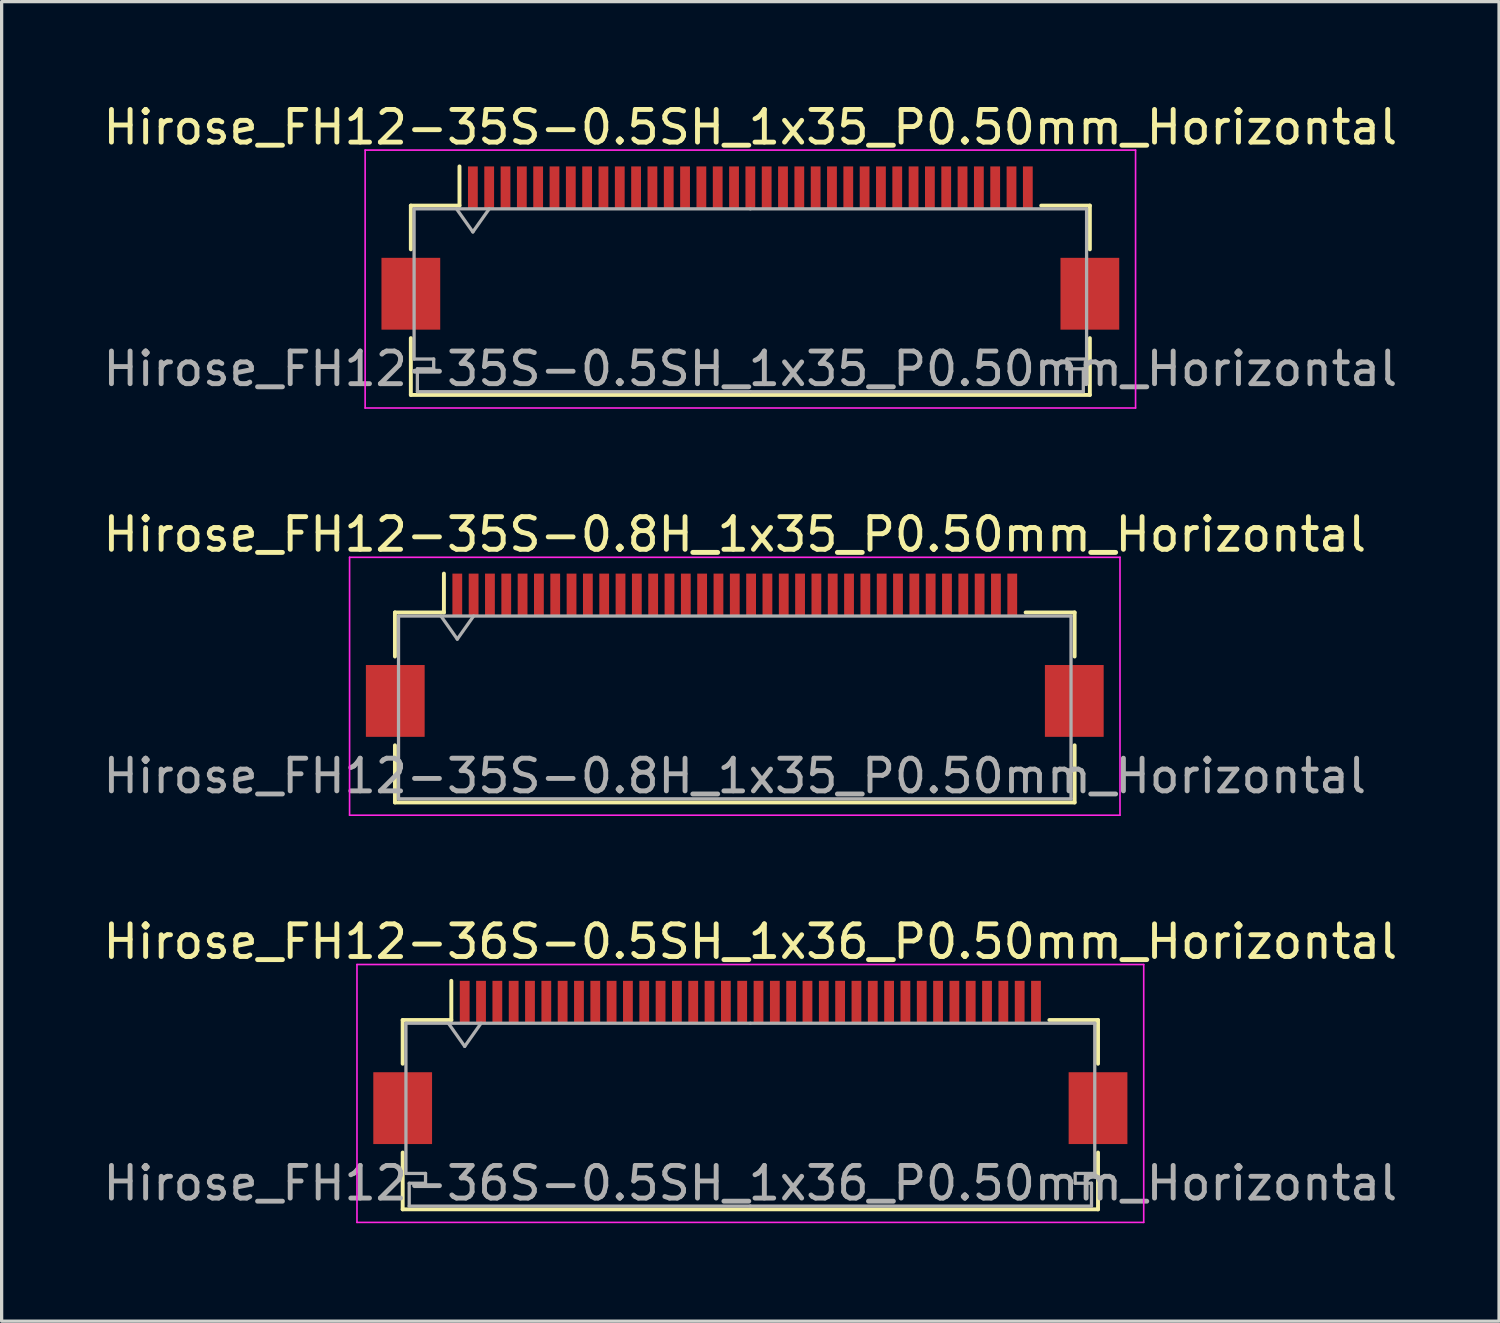
<source format=kicad_pcb>
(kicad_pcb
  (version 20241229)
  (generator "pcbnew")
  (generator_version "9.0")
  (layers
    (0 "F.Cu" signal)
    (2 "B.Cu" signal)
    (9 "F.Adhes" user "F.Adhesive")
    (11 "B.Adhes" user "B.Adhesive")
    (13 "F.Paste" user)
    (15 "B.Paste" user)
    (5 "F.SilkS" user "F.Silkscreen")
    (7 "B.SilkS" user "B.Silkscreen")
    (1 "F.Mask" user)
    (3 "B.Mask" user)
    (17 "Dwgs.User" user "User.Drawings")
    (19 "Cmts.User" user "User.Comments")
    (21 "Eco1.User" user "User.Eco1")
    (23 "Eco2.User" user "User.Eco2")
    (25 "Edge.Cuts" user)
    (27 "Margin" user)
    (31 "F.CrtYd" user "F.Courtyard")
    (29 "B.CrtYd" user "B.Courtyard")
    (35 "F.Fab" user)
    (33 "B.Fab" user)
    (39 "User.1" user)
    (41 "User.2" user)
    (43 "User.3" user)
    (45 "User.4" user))
  (footprint "Hirose_FH12-35S-0.5SH_1x35_P0.50mm_Horizontal"
    (layer "F.Cu")
    (at 19.935 4.548)
    (property "Reference" "Hirose_FH12-35S-0.5SH_1x35_P0.50mm_Horizontal" (at 0 -3.7 0) (layer "F.SilkS") (effects (font (size 1 1) (thickness 0.15))))
    (attr smd)
    (fp_line (start -10.4 -1.3) (end -10.4 0.04) (stroke (width 0.12) (type solid)) (layer "F.SilkS"))
    (fp_line (start -10.4 2.76) (end -10.4 4.5) (stroke (width 0.12) (type solid)) (layer "F.SilkS"))
    (fp_line (start -10.4 4.5) (end 10.4 4.5) (stroke (width 0.12) (type solid)) (layer "F.SilkS"))
    (fp_line (start -8.91 -1.3) (end -10.4 -1.3) (stroke (width 0.12) (type solid)) (layer "F.SilkS"))
    (fp_line (start -8.91 -1.3) (end -8.91 -2.5) (stroke (width 0.12) (type solid)) (layer "F.SilkS"))
    (fp_line (start 8.91 -1.3) (end 10.4 -1.3) (stroke (width 0.12) (type solid)) (layer "F.SilkS"))
    (fp_line (start 10.4 -1.3) (end 10.4 0.04) (stroke (width 0.12) (type solid)) (layer "F.SilkS"))
    (fp_line (start 10.4 4.5) (end 10.4 2.76) (stroke (width 0.12) (type solid)) (layer "F.SilkS"))
    (fp_line (start -11.8 -3) (end -11.8 4.9) (stroke (width 0.05) (type solid)) (layer "F.CrtYd"))
    (fp_line (start -11.8 4.9) (end 11.8 4.9) (stroke (width 0.05) (type solid)) (layer "F.CrtYd"))
    (fp_line (start 11.8 -3) (end -11.8 -3) (stroke (width 0.05) (type solid)) (layer "F.CrtYd"))
    (fp_line (start 11.8 4.9) (end 11.8 -3) (stroke (width 0.05) (type solid)) (layer "F.CrtYd"))
    (fp_line (start -10.3 -1.2) (end -10.3 3.4) (stroke (width 0.1) (type solid)) (layer "F.Fab"))
    (fp_line (start -10.3 3.4) (end -9.7 3.4) (stroke (width 0.1) (type solid)) (layer "F.Fab"))
    (fp_line (start -10.2 3.7) (end -10.2 4.4) (stroke (width 0.1) (type solid)) (layer "F.Fab"))
    (fp_line (start -10.2 4.4) (end 0 4.4) (stroke (width 0.1) (type solid)) (layer "F.Fab"))
    (fp_line (start -9.7 3.4) (end -9.7 3.7) (stroke (width 0.1) (type solid)) (layer "F.Fab"))
    (fp_line (start -9.7 3.7) (end -10.2 3.7) (stroke (width 0.1) (type solid)) (layer "F.Fab"))
    (fp_line (start -9 -1.2) (end -8.5 -0.493) (stroke (width 0.1) (type solid)) (layer "F.Fab"))
    (fp_line (start -8.5 -0.493) (end -8 -1.2) (stroke (width 0.1) (type solid)) (layer "F.Fab"))
    (fp_line (start 0 -1.2) (end -10.3 -1.2) (stroke (width 0.1) (type solid)) (layer "F.Fab"))
    (fp_line (start 0 -1.2) (end 10.3 -1.2) (stroke (width 0.1) (type solid)) (layer "F.Fab"))
    (fp_line (start 9.7 3.4) (end 9.7 3.7) (stroke (width 0.1) (type solid)) (layer "F.Fab"))
    (fp_line (start 9.7 3.7) (end 10.2 3.7) (stroke (width 0.1) (type solid)) (layer "F.Fab"))
    (fp_line (start 10.2 3.7) (end 10.2 4.4) (stroke (width 0.1) (type solid)) (layer "F.Fab"))
    (fp_line (start 10.2 4.4) (end 0 4.4) (stroke (width 0.1) (type solid)) (layer "F.Fab"))
    (fp_line (start 10.3 -1.2) (end 10.3 3.4) (stroke (width 0.1) (type solid)) (layer "F.Fab"))
    (fp_line (start 10.3 3.4) (end 9.7 3.4) (stroke (width 0.1) (type solid)) (layer "F.Fab"))
    (fp_text user "${REFERENCE}" (at 0 3.7 0) (layer "F.Fab") (effects (font (size 1 1) (thickness 0.15))))
    (pad "" smd rect (at -10.4 1.4) (size 1.8 2.2) (layers "F.Cu" "F.Mask" "F.Paste"))
    (pad "" smd rect (at 10.4 1.4) (size 1.8 2.2) (layers "F.Cu" "F.Mask" "F.Paste"))
    (pad "1" smd rect (at -8.5 -1.85) (size 0.3 1.3) (layers "F.Cu" "F.Mask" "F.Paste"))
    (pad "2" smd rect (at -8 -1.85) (size 0.3 1.3) (layers "F.Cu" "F.Mask" "F.Paste"))
    (pad "3" smd rect (at -7.5 -1.85) (size 0.3 1.3) (layers "F.Cu" "F.Mask" "F.Paste"))
    (pad "4" smd rect (at -7 -1.85) (size 0.3 1.3) (layers "F.Cu" "F.Mask" "F.Paste"))
    (pad "5" smd rect (at -6.5 -1.85) (size 0.3 1.3) (layers "F.Cu" "F.Mask" "F.Paste"))
    (pad "6" smd rect (at -6 -1.85) (size 0.3 1.3) (layers "F.Cu" "F.Mask" "F.Paste"))
    (pad "7" smd rect (at -5.5 -1.85) (size 0.3 1.3) (layers "F.Cu" "F.Mask" "F.Paste"))
    (pad "8" smd rect (at -5 -1.85) (size 0.3 1.3) (layers "F.Cu" "F.Mask" "F.Paste"))
    (pad "9" smd rect (at -4.5 -1.85) (size 0.3 1.3) (layers "F.Cu" "F.Mask" "F.Paste"))
    (pad "10" smd rect (at -4 -1.85) (size 0.3 1.3) (layers "F.Cu" "F.Mask" "F.Paste"))
    (pad "11" smd rect (at -3.5 -1.85) (size 0.3 1.3) (layers "F.Cu" "F.Mask" "F.Paste"))
    (pad "12" smd rect (at -3 -1.85) (size 0.3 1.3) (layers "F.Cu" "F.Mask" "F.Paste"))
    (pad "13" smd rect (at -2.5 -1.85) (size 0.3 1.3) (layers "F.Cu" "F.Mask" "F.Paste"))
    (pad "14" smd rect (at -2 -1.85) (size 0.3 1.3) (layers "F.Cu" "F.Mask" "F.Paste"))
    (pad "15" smd rect (at -1.5 -1.85) (size 0.3 1.3) (layers "F.Cu" "F.Mask" "F.Paste"))
    (pad "16" smd rect (at -1 -1.85) (size 0.3 1.3) (layers "F.Cu" "F.Mask" "F.Paste"))
    (pad "17" smd rect (at -0.5 -1.85) (size 0.3 1.3) (layers "F.Cu" "F.Mask" "F.Paste"))
    (pad "18" smd rect (at 0 -1.85) (size 0.3 1.3) (layers "F.Cu" "F.Mask" "F.Paste"))
    (pad "19" smd rect (at 0.5 -1.85) (size 0.3 1.3) (layers "F.Cu" "F.Mask" "F.Paste"))
    (pad "20" smd rect (at 1 -1.85) (size 0.3 1.3) (layers "F.Cu" "F.Mask" "F.Paste"))
    (pad "21" smd rect (at 1.5 -1.85) (size 0.3 1.3) (layers "F.Cu" "F.Mask" "F.Paste"))
    (pad "22" smd rect (at 2 -1.85) (size 0.3 1.3) (layers "F.Cu" "F.Mask" "F.Paste"))
    (pad "23" smd rect (at 2.5 -1.85) (size 0.3 1.3) (layers "F.Cu" "F.Mask" "F.Paste"))
    (pad "24" smd rect (at 3 -1.85) (size 0.3 1.3) (layers "F.Cu" "F.Mask" "F.Paste"))
    (pad "25" smd rect (at 3.5 -1.85) (size 0.3 1.3) (layers "F.Cu" "F.Mask" "F.Paste"))
    (pad "26" smd rect (at 4 -1.85) (size 0.3 1.3) (layers "F.Cu" "F.Mask" "F.Paste"))
    (pad "27" smd rect (at 4.5 -1.85) (size 0.3 1.3) (layers "F.Cu" "F.Mask" "F.Paste"))
    (pad "28" smd rect (at 5 -1.85) (size 0.3 1.3) (layers "F.Cu" "F.Mask" "F.Paste"))
    (pad "29" smd rect (at 5.5 -1.85) (size 0.3 1.3) (layers "F.Cu" "F.Mask" "F.Paste"))
    (pad "30" smd rect (at 6 -1.85) (size 0.3 1.3) (layers "F.Cu" "F.Mask" "F.Paste"))
    (pad "31" smd rect (at 6.5 -1.85) (size 0.3 1.3) (layers "F.Cu" "F.Mask" "F.Paste"))
    (pad "32" smd rect (at 7 -1.85) (size 0.3 1.3) (layers "F.Cu" "F.Mask" "F.Paste"))
    (pad "33" smd rect (at 7.5 -1.85) (size 0.3 1.3) (layers "F.Cu" "F.Mask" "F.Paste"))
    (pad "34" smd rect (at 8 -1.85) (size 0.3 1.3) (layers "F.Cu" "F.Mask" "F.Paste"))
    (pad "35" smd rect (at 8.5 -1.85) (size 0.3 1.3) (layers "F.Cu" "F.Mask" "F.Paste")))
  (footprint "Hirose_FH12-36S-0.5SH_1x36_P0.50mm_Horizontal"
    (layer "F.Cu")
    (at 19.935 29.495)
    (property "Reference" "Hirose_FH12-36S-0.5SH_1x36_P0.50mm_Horizontal" (at 0 -3.7 0) (layer "F.SilkS") (effects (font (size 1 1) (thickness 0.15))))
    (attr smd)
    (fp_line (start -10.65 -1.3) (end -10.65 0.04) (stroke (width 0.12) (type solid)) (layer "F.SilkS"))
    (fp_line (start -10.65 2.76) (end -10.65 4.5) (stroke (width 0.12) (type solid)) (layer "F.SilkS"))
    (fp_line (start -10.65 4.5) (end 10.65 4.5) (stroke (width 0.12) (type solid)) (layer "F.SilkS"))
    (fp_line (start -9.16 -1.3) (end -10.65 -1.3) (stroke (width 0.12) (type solid)) (layer "F.SilkS"))
    (fp_line (start -9.16 -1.3) (end -9.16 -2.5) (stroke (width 0.12) (type solid)) (layer "F.SilkS"))
    (fp_line (start 9.16 -1.3) (end 10.65 -1.3) (stroke (width 0.12) (type solid)) (layer "F.SilkS"))
    (fp_line (start 10.65 -1.3) (end 10.65 0.04) (stroke (width 0.12) (type solid)) (layer "F.SilkS"))
    (fp_line (start 10.65 4.5) (end 10.65 2.76) (stroke (width 0.12) (type solid)) (layer "F.SilkS"))
    (fp_line (start -12.05 -3) (end -12.05 4.9) (stroke (width 0.05) (type solid)) (layer "F.CrtYd"))
    (fp_line (start -12.05 4.9) (end 12.05 4.9) (stroke (width 0.05) (type solid)) (layer "F.CrtYd"))
    (fp_line (start 12.05 -3) (end -12.05 -3) (stroke (width 0.05) (type solid)) (layer "F.CrtYd"))
    (fp_line (start 12.05 4.9) (end 12.05 -3) (stroke (width 0.05) (type solid)) (layer "F.CrtYd"))
    (fp_line (start -10.55 -1.2) (end -10.55 3.4) (stroke (width 0.1) (type solid)) (layer "F.Fab"))
    (fp_line (start -10.55 3.4) (end -9.95 3.4) (stroke (width 0.1) (type solid)) (layer "F.Fab"))
    (fp_line (start -10.45 3.7) (end -10.45 4.4) (stroke (width 0.1) (type solid)) (layer "F.Fab"))
    (fp_line (start -10.45 4.4) (end 0 4.4) (stroke (width 0.1) (type solid)) (layer "F.Fab"))
    (fp_line (start -9.95 3.4) (end -9.95 3.7) (stroke (width 0.1) (type solid)) (layer "F.Fab"))
    (fp_line (start -9.95 3.7) (end -10.45 3.7) (stroke (width 0.1) (type solid)) (layer "F.Fab"))
    (fp_line (start -9.25 -1.2) (end -8.75 -0.493) (stroke (width 0.1) (type solid)) (layer "F.Fab"))
    (fp_line (start -8.75 -0.493) (end -8.25 -1.2) (stroke (width 0.1) (type solid)) (layer "F.Fab"))
    (fp_line (start 0 -1.2) (end -10.55 -1.2) (stroke (width 0.1) (type solid)) (layer "F.Fab"))
    (fp_line (start 0 -1.2) (end 10.55 -1.2) (stroke (width 0.1) (type solid)) (layer "F.Fab"))
    (fp_line (start 9.95 3.4) (end 9.95 3.7) (stroke (width 0.1) (type solid)) (layer "F.Fab"))
    (fp_line (start 9.95 3.7) (end 10.45 3.7) (stroke (width 0.1) (type solid)) (layer "F.Fab"))
    (fp_line (start 10.45 3.7) (end 10.45 4.4) (stroke (width 0.1) (type solid)) (layer "F.Fab"))
    (fp_line (start 10.45 4.4) (end 0 4.4) (stroke (width 0.1) (type solid)) (layer "F.Fab"))
    (fp_line (start 10.55 -1.2) (end 10.55 3.4) (stroke (width 0.1) (type solid)) (layer "F.Fab"))
    (fp_line (start 10.55 3.4) (end 9.95 3.4) (stroke (width 0.1) (type solid)) (layer "F.Fab"))
    (fp_text user "${REFERENCE}" (at 0 3.7 0) (layer "F.Fab") (effects (font (size 1 1) (thickness 0.15))))
    (pad "" smd rect (at -10.65 1.4) (size 1.8 2.2) (layers "F.Cu" "F.Mask" "F.Paste"))
    (pad "" smd rect (at 10.65 1.4) (size 1.8 2.2) (layers "F.Cu" "F.Mask" "F.Paste"))
    (pad "1" smd rect (at -8.75 -1.85) (size 0.3 1.3) (layers "F.Cu" "F.Mask" "F.Paste"))
    (pad "2" smd rect (at -8.25 -1.85) (size 0.3 1.3) (layers "F.Cu" "F.Mask" "F.Paste"))
    (pad "3" smd rect (at -7.75 -1.85) (size 0.3 1.3) (layers "F.Cu" "F.Mask" "F.Paste"))
    (pad "4" smd rect (at -7.25 -1.85) (size 0.3 1.3) (layers "F.Cu" "F.Mask" "F.Paste"))
    (pad "5" smd rect (at -6.75 -1.85) (size 0.3 1.3) (layers "F.Cu" "F.Mask" "F.Paste"))
    (pad "6" smd rect (at -6.25 -1.85) (size 0.3 1.3) (layers "F.Cu" "F.Mask" "F.Paste"))
    (pad "7" smd rect (at -5.75 -1.85) (size 0.3 1.3) (layers "F.Cu" "F.Mask" "F.Paste"))
    (pad "8" smd rect (at -5.25 -1.85) (size 0.3 1.3) (layers "F.Cu" "F.Mask" "F.Paste"))
    (pad "9" smd rect (at -4.75 -1.85) (size 0.3 1.3) (layers "F.Cu" "F.Mask" "F.Paste"))
    (pad "10" smd rect (at -4.25 -1.85) (size 0.3 1.3) (layers "F.Cu" "F.Mask" "F.Paste"))
    (pad "11" smd rect (at -3.75 -1.85) (size 0.3 1.3) (layers "F.Cu" "F.Mask" "F.Paste"))
    (pad "12" smd rect (at -3.25 -1.85) (size 0.3 1.3) (layers "F.Cu" "F.Mask" "F.Paste"))
    (pad "13" smd rect (at -2.75 -1.85) (size 0.3 1.3) (layers "F.Cu" "F.Mask" "F.Paste"))
    (pad "14" smd rect (at -2.25 -1.85) (size 0.3 1.3) (layers "F.Cu" "F.Mask" "F.Paste"))
    (pad "15" smd rect (at -1.75 -1.85) (size 0.3 1.3) (layers "F.Cu" "F.Mask" "F.Paste"))
    (pad "16" smd rect (at -1.25 -1.85) (size 0.3 1.3) (layers "F.Cu" "F.Mask" "F.Paste"))
    (pad "17" smd rect (at -0.75 -1.85) (size 0.3 1.3) (layers "F.Cu" "F.Mask" "F.Paste"))
    (pad "18" smd rect (at -0.25 -1.85) (size 0.3 1.3) (layers "F.Cu" "F.Mask" "F.Paste"))
    (pad "19" smd rect (at 0.25 -1.85) (size 0.3 1.3) (layers "F.Cu" "F.Mask" "F.Paste"))
    (pad "20" smd rect (at 0.75 -1.85) (size 0.3 1.3) (layers "F.Cu" "F.Mask" "F.Paste"))
    (pad "21" smd rect (at 1.25 -1.85) (size 0.3 1.3) (layers "F.Cu" "F.Mask" "F.Paste"))
    (pad "22" smd rect (at 1.75 -1.85) (size 0.3 1.3) (layers "F.Cu" "F.Mask" "F.Paste"))
    (pad "23" smd rect (at 2.25 -1.85) (size 0.3 1.3) (layers "F.Cu" "F.Mask" "F.Paste"))
    (pad "24" smd rect (at 2.75 -1.85) (size 0.3 1.3) (layers "F.Cu" "F.Mask" "F.Paste"))
    (pad "25" smd rect (at 3.25 -1.85) (size 0.3 1.3) (layers "F.Cu" "F.Mask" "F.Paste"))
    (pad "26" smd rect (at 3.75 -1.85) (size 0.3 1.3) (layers "F.Cu" "F.Mask" "F.Paste"))
    (pad "27" smd rect (at 4.25 -1.85) (size 0.3 1.3) (layers "F.Cu" "F.Mask" "F.Paste"))
    (pad "28" smd rect (at 4.75 -1.85) (size 0.3 1.3) (layers "F.Cu" "F.Mask" "F.Paste"))
    (pad "29" smd rect (at 5.25 -1.85) (size 0.3 1.3) (layers "F.Cu" "F.Mask" "F.Paste"))
    (pad "30" smd rect (at 5.75 -1.85) (size 0.3 1.3) (layers "F.Cu" "F.Mask" "F.Paste"))
    (pad "31" smd rect (at 6.25 -1.85) (size 0.3 1.3) (layers "F.Cu" "F.Mask" "F.Paste"))
    (pad "32" smd rect (at 6.75 -1.85) (size 0.3 1.3) (layers "F.Cu" "F.Mask" "F.Paste"))
    (pad "33" smd rect (at 7.25 -1.85) (size 0.3 1.3) (layers "F.Cu" "F.Mask" "F.Paste"))
    (pad "34" smd rect (at 7.75 -1.85) (size 0.3 1.3) (layers "F.Cu" "F.Mask" "F.Paste"))
    (pad "35" smd rect (at 8.25 -1.85) (size 0.3 1.3) (layers "F.Cu" "F.Mask" "F.Paste"))
    (pad "36" smd rect (at 8.75 -1.85) (size 0.3 1.3) (layers "F.Cu" "F.Mask" "F.Paste")))
  (footprint "Hirose_FH12-35S-0.8H_1x35_P0.50mm_Horizontal"
    (layer "F.Cu")
    (at 19.458 17.021)
    (property "Reference" "Hirose_FH12-35S-0.8H_1x35_P0.50mm_Horizontal" (at 0 -3.7 0) (layer "F.SilkS") (effects (font (size 1 1) (thickness 0.15))))
    (attr smd)
    (fp_line (start -10.41 -1.31) (end -8.91 -1.31) (stroke (width 0.12) (type solid)) (layer "F.SilkS"))
    (fp_line (start -10.41 0.04) (end -10.41 -1.31) (stroke (width 0.12) (type solid)) (layer "F.SilkS"))
    (fp_line (start -10.41 2.76) (end -10.41 4.51) (stroke (width 0.12) (type solid)) (layer "F.SilkS"))
    (fp_line (start -10.41 4.51) (end 10.41 4.51) (stroke (width 0.12) (type solid)) (layer "F.SilkS"))
    (fp_line (start -8.91 -1.31) (end -8.91 -2.5) (stroke (width 0.12) (type solid)) (layer "F.SilkS"))
    (fp_line (start 10.41 -1.31) (end 8.91 -1.31) (stroke (width 0.12) (type solid)) (layer "F.SilkS"))
    (fp_line (start 10.41 0.04) (end 10.41 -1.31) (stroke (width 0.12) (type solid)) (layer "F.SilkS"))
    (fp_line (start 10.41 4.51) (end 10.41 2.76) (stroke (width 0.12) (type solid)) (layer "F.SilkS"))
    (fp_line (start -11.8 -3) (end -11.8 4.9) (stroke (width 0.05) (type solid)) (layer "F.CrtYd"))
    (fp_line (start -11.8 4.9) (end 11.8 4.9) (stroke (width 0.05) (type solid)) (layer "F.CrtYd"))
    (fp_line (start 11.8 -3) (end -11.8 -3) (stroke (width 0.05) (type solid)) (layer "F.CrtYd"))
    (fp_line (start 11.8 4.9) (end 11.8 -3) (stroke (width 0.05) (type solid)) (layer "F.CrtYd"))
    (fp_line (start -10.3 -1.2) (end -10.3 4.4) (stroke (width 0.1) (type solid)) (layer "F.Fab"))
    (fp_line (start -10.3 -1.2) (end 10.3 -1.2) (stroke (width 0.1) (type solid)) (layer "F.Fab"))
    (fp_line (start -10.3 4.4) (end 10.3 4.4) (stroke (width 0.1) (type solid)) (layer "F.Fab"))
    (fp_line (start -9 -1.2) (end -8.5 -0.493) (stroke (width 0.1) (type solid)) (layer "F.Fab"))
    (fp_line (start -8.5 -0.493) (end -8 -1.2) (stroke (width 0.1) (type solid)) (layer "F.Fab"))
    (fp_line (start 10.3 -1.2) (end 10.3 4.4) (stroke (width 0.1) (type solid)) (layer "F.Fab"))
    (fp_text user "${REFERENCE}" (at 0 3.7 0) (layer "F.Fab") (effects (font (size 1 1) (thickness 0.15))))
    (pad "" smd rect (at -10.4 1.4) (size 1.8 2.2) (layers "F.Cu" "F.Mask" "F.Paste"))
    (pad "" smd rect (at 10.4 1.4) (size 1.8 2.2) (layers "F.Cu" "F.Mask" "F.Paste"))
    (pad "1" smd rect (at -8.5 -1.85) (size 0.3 1.3) (layers "F.Cu" "F.Mask" "F.Paste"))
    (pad "2" smd rect (at -8 -1.85) (size 0.3 1.3) (layers "F.Cu" "F.Mask" "F.Paste"))
    (pad "3" smd rect (at -7.5 -1.85) (size 0.3 1.3) (layers "F.Cu" "F.Mask" "F.Paste"))
    (pad "4" smd rect (at -7 -1.85) (size 0.3 1.3) (layers "F.Cu" "F.Mask" "F.Paste"))
    (pad "5" smd rect (at -6.5 -1.85) (size 0.3 1.3) (layers "F.Cu" "F.Mask" "F.Paste"))
    (pad "6" smd rect (at -6 -1.85) (size 0.3 1.3) (layers "F.Cu" "F.Mask" "F.Paste"))
    (pad "7" smd rect (at -5.5 -1.85) (size 0.3 1.3) (layers "F.Cu" "F.Mask" "F.Paste"))
    (pad "8" smd rect (at -5 -1.85) (size 0.3 1.3) (layers "F.Cu" "F.Mask" "F.Paste"))
    (pad "9" smd rect (at -4.5 -1.85) (size 0.3 1.3) (layers "F.Cu" "F.Mask" "F.Paste"))
    (pad "10" smd rect (at -4 -1.85) (size 0.3 1.3) (layers "F.Cu" "F.Mask" "F.Paste"))
    (pad "11" smd rect (at -3.5 -1.85) (size 0.3 1.3) (layers "F.Cu" "F.Mask" "F.Paste"))
    (pad "12" smd rect (at -3 -1.85) (size 0.3 1.3) (layers "F.Cu" "F.Mask" "F.Paste"))
    (pad "13" smd rect (at -2.5 -1.85) (size 0.3 1.3) (layers "F.Cu" "F.Mask" "F.Paste"))
    (pad "14" smd rect (at -2 -1.85) (size 0.3 1.3) (layers "F.Cu" "F.Mask" "F.Paste"))
    (pad "15" smd rect (at -1.5 -1.85) (size 0.3 1.3) (layers "F.Cu" "F.Mask" "F.Paste"))
    (pad "16" smd rect (at -1 -1.85) (size 0.3 1.3) (layers "F.Cu" "F.Mask" "F.Paste"))
    (pad "17" smd rect (at -0.5 -1.85) (size 0.3 1.3) (layers "F.Cu" "F.Mask" "F.Paste"))
    (pad "18" smd rect (at 0 -1.85) (size 0.3 1.3) (layers "F.Cu" "F.Mask" "F.Paste"))
    (pad "19" smd rect (at 0.5 -1.85) (size 0.3 1.3) (layers "F.Cu" "F.Mask" "F.Paste"))
    (pad "20" smd rect (at 1 -1.85) (size 0.3 1.3) (layers "F.Cu" "F.Mask" "F.Paste"))
    (pad "21" smd rect (at 1.5 -1.85) (size 0.3 1.3) (layers "F.Cu" "F.Mask" "F.Paste"))
    (pad "22" smd rect (at 2 -1.85) (size 0.3 1.3) (layers "F.Cu" "F.Mask" "F.Paste"))
    (pad "23" smd rect (at 2.5 -1.85) (size 0.3 1.3) (layers "F.Cu" "F.Mask" "F.Paste"))
    (pad "24" smd rect (at 3 -1.85) (size 0.3 1.3) (layers "F.Cu" "F.Mask" "F.Paste"))
    (pad "25" smd rect (at 3.5 -1.85) (size 0.3 1.3) (layers "F.Cu" "F.Mask" "F.Paste"))
    (pad "26" smd rect (at 4 -1.85) (size 0.3 1.3) (layers "F.Cu" "F.Mask" "F.Paste"))
    (pad "27" smd rect (at 4.5 -1.85) (size 0.3 1.3) (layers "F.Cu" "F.Mask" "F.Paste"))
    (pad "28" smd rect (at 5 -1.85) (size 0.3 1.3) (layers "F.Cu" "F.Mask" "F.Paste"))
    (pad "29" smd rect (at 5.5 -1.85) (size 0.3 1.3) (layers "F.Cu" "F.Mask" "F.Paste"))
    (pad "30" smd rect (at 6 -1.85) (size 0.3 1.3) (layers "F.Cu" "F.Mask" "F.Paste"))
    (pad "31" smd rect (at 6.5 -1.85) (size 0.3 1.3) (layers "F.Cu" "F.Mask" "F.Paste"))
    (pad "32" smd rect (at 7 -1.85) (size 0.3 1.3) (layers "F.Cu" "F.Mask" "F.Paste"))
    (pad "33" smd rect (at 7.5 -1.85) (size 0.3 1.3) (layers "F.Cu" "F.Mask" "F.Paste"))
    (pad "34" smd rect (at 8 -1.85) (size 0.3 1.3) (layers "F.Cu" "F.Mask" "F.Paste"))
    (pad "35" smd rect (at 8.5 -1.85) (size 0.3 1.3) (layers "F.Cu" "F.Mask" "F.Paste")))
  (gr_rect
    (start -3 -3)
    (end 42.869 37.42)
    (stroke (width 0.1) (type default))
    (fill no)
    (layer "Edge.Cuts")))
</source>
